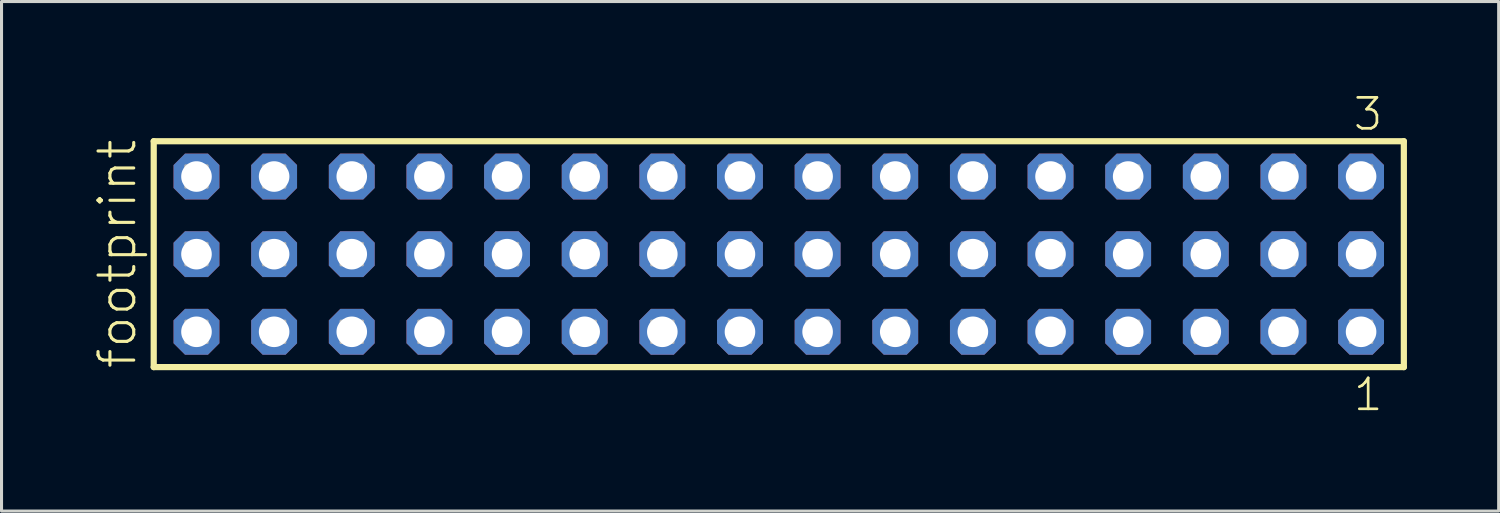
<source format=kicad_pcb>
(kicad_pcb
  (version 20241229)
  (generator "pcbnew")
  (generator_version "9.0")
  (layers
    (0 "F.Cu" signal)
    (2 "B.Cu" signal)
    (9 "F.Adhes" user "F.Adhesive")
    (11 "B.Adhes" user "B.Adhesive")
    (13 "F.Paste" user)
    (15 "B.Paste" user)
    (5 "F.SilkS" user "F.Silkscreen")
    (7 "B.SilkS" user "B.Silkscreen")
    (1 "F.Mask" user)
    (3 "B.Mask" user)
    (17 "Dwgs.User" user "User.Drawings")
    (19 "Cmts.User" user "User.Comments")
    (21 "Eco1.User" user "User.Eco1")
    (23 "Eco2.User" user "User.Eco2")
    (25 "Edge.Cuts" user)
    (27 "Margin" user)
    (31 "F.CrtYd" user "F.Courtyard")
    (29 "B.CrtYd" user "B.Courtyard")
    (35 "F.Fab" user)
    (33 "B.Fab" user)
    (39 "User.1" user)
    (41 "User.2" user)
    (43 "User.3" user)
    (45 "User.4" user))
  (footprint "footprint"
    (layer "F.Cu")
    (at 22.428 5.265)
    (property "Reference" "footprint" (at -20.955 3.81 90) (layer "F.SilkS") (effects (font (size 1.168 1.168) (thickness 0.102)) (justify left bottom)))
    (fp_line (start -20.449 -3.695) (end 20.449 -3.695) (stroke (width 0.203) (type solid)) (layer "F.SilkS"))
    (fp_line (start -20.449 3.695) (end -20.449 -3.695) (stroke (width 0.203) (type solid)) (layer "F.SilkS"))
    (fp_line (start 20.449 -3.695) (end 20.449 3.695) (stroke (width 0.203) (type solid)) (layer "F.SilkS"))
    (fp_line (start 20.449 3.695) (end -20.449 3.695) (stroke (width 0.203) (type solid)) (layer "F.SilkS"))
    (fp_poly (pts (xy -19.4 -2.19) (xy -18.7 -2.19) (xy -18.7 -2.89) (xy -19.4 -2.89)) (stroke (width 0.1) (type solid)) (fill no) (layer "F.Fab"))
    (fp_poly (pts (xy -19.4 0.35) (xy -18.7 0.35) (xy -18.7 -0.35) (xy -19.4 -0.35)) (stroke (width 0.1) (type solid)) (fill no) (layer "F.Fab"))
    (fp_poly (pts (xy -19.4 2.89) (xy -18.7 2.89) (xy -18.7 2.19) (xy -19.4 2.19)) (stroke (width 0.1) (type solid)) (fill no) (layer "F.Fab"))
    (fp_poly (pts (xy -16.86 -2.19) (xy -16.16 -2.19) (xy -16.16 -2.89) (xy -16.86 -2.89)) (stroke (width 0.1) (type solid)) (fill no) (layer "F.Fab"))
    (fp_poly (pts (xy -16.86 0.35) (xy -16.16 0.35) (xy -16.16 -0.35) (xy -16.86 -0.35)) (stroke (width 0.1) (type solid)) (fill no) (layer "F.Fab"))
    (fp_poly (pts (xy -16.86 2.89) (xy -16.16 2.89) (xy -16.16 2.19) (xy -16.86 2.19)) (stroke (width 0.1) (type solid)) (fill no) (layer "F.Fab"))
    (fp_poly (pts (xy -14.32 -2.19) (xy -13.62 -2.19) (xy -13.62 -2.89) (xy -14.32 -2.89)) (stroke (width 0.1) (type solid)) (fill no) (layer "F.Fab"))
    (fp_poly (pts (xy -14.32 0.35) (xy -13.62 0.35) (xy -13.62 -0.35) (xy -14.32 -0.35)) (stroke (width 0.1) (type solid)) (fill no) (layer "F.Fab"))
    (fp_poly (pts (xy -14.32 2.89) (xy -13.62 2.89) (xy -13.62 2.19) (xy -14.32 2.19)) (stroke (width 0.1) (type solid)) (fill no) (layer "F.Fab"))
    (fp_poly (pts (xy -11.78 -2.19) (xy -11.08 -2.19) (xy -11.08 -2.89) (xy -11.78 -2.89)) (stroke (width 0.1) (type solid)) (fill no) (layer "F.Fab"))
    (fp_poly (pts (xy -11.78 0.35) (xy -11.08 0.35) (xy -11.08 -0.35) (xy -11.78 -0.35)) (stroke (width 0.1) (type solid)) (fill no) (layer "F.Fab"))
    (fp_poly (pts (xy -11.78 2.89) (xy -11.08 2.89) (xy -11.08 2.19) (xy -11.78 2.19)) (stroke (width 0.1) (type solid)) (fill no) (layer "F.Fab"))
    (fp_poly (pts (xy -9.24 -2.19) (xy -8.54 -2.19) (xy -8.54 -2.89) (xy -9.24 -2.89)) (stroke (width 0.1) (type solid)) (fill no) (layer "F.Fab"))
    (fp_poly (pts (xy -9.24 0.35) (xy -8.54 0.35) (xy -8.54 -0.35) (xy -9.24 -0.35)) (stroke (width 0.1) (type solid)) (fill no) (layer "F.Fab"))
    (fp_poly (pts (xy -9.24 2.89) (xy -8.54 2.89) (xy -8.54 2.19) (xy -9.24 2.19)) (stroke (width 0.1) (type solid)) (fill no) (layer "F.Fab"))
    (fp_poly (pts (xy -6.7 -2.19) (xy -6 -2.19) (xy -6 -2.89) (xy -6.7 -2.89)) (stroke (width 0.1) (type solid)) (fill no) (layer "F.Fab"))
    (fp_poly (pts (xy -6.7 0.35) (xy -6 0.35) (xy -6 -0.35) (xy -6.7 -0.35)) (stroke (width 0.1) (type solid)) (fill no) (layer "F.Fab"))
    (fp_poly (pts (xy -6.7 2.89) (xy -6 2.89) (xy -6 2.19) (xy -6.7 2.19)) (stroke (width 0.1) (type solid)) (fill no) (layer "F.Fab"))
    (fp_poly (pts (xy -4.16 -2.19) (xy -3.46 -2.19) (xy -3.46 -2.89) (xy -4.16 -2.89)) (stroke (width 0.1) (type solid)) (fill no) (layer "F.Fab"))
    (fp_poly (pts (xy -4.16 0.35) (xy -3.46 0.35) (xy -3.46 -0.35) (xy -4.16 -0.35)) (stroke (width 0.1) (type solid)) (fill no) (layer "F.Fab"))
    (fp_poly (pts (xy -4.16 2.89) (xy -3.46 2.89) (xy -3.46 2.19) (xy -4.16 2.19)) (stroke (width 0.1) (type solid)) (fill no) (layer "F.Fab"))
    (fp_poly (pts (xy -1.62 -2.19) (xy -0.92 -2.19) (xy -0.92 -2.89) (xy -1.62 -2.89)) (stroke (width 0.1) (type solid)) (fill no) (layer "F.Fab"))
    (fp_poly (pts (xy -1.62 0.35) (xy -0.92 0.35) (xy -0.92 -0.35) (xy -1.62 -0.35)) (stroke (width 0.1) (type solid)) (fill no) (layer "F.Fab"))
    (fp_poly (pts (xy -1.62 2.89) (xy -0.92 2.89) (xy -0.92 2.19) (xy -1.62 2.19)) (stroke (width 0.1) (type solid)) (fill no) (layer "F.Fab"))
    (fp_poly (pts (xy 0.92 -2.19) (xy 1.62 -2.19) (xy 1.62 -2.89) (xy 0.92 -2.89)) (stroke (width 0.1) (type solid)) (fill no) (layer "F.Fab"))
    (fp_poly (pts (xy 0.92 0.35) (xy 1.62 0.35) (xy 1.62 -0.35) (xy 0.92 -0.35)) (stroke (width 0.1) (type solid)) (fill no) (layer "F.Fab"))
    (fp_poly (pts (xy 0.92 2.89) (xy 1.62 2.89) (xy 1.62 2.19) (xy 0.92 2.19)) (stroke (width 0.1) (type solid)) (fill no) (layer "F.Fab"))
    (fp_poly (pts (xy 3.46 -2.19) (xy 4.16 -2.19) (xy 4.16 -2.89) (xy 3.46 -2.89)) (stroke (width 0.1) (type solid)) (fill no) (layer "F.Fab"))
    (fp_poly (pts (xy 3.46 0.35) (xy 4.16 0.35) (xy 4.16 -0.35) (xy 3.46 -0.35)) (stroke (width 0.1) (type solid)) (fill no) (layer "F.Fab"))
    (fp_poly (pts (xy 3.46 2.89) (xy 4.16 2.89) (xy 4.16 2.19) (xy 3.46 2.19)) (stroke (width 0.1) (type solid)) (fill no) (layer "F.Fab"))
    (fp_poly (pts (xy 6 -2.19) (xy 6.7 -2.19) (xy 6.7 -2.89) (xy 6 -2.89)) (stroke (width 0.1) (type solid)) (fill no) (layer "F.Fab"))
    (fp_poly (pts (xy 6 0.35) (xy 6.7 0.35) (xy 6.7 -0.35) (xy 6 -0.35)) (stroke (width 0.1) (type solid)) (fill no) (layer "F.Fab"))
    (fp_poly (pts (xy 6 2.89) (xy 6.7 2.89) (xy 6.7 2.19) (xy 6 2.19)) (stroke (width 0.1) (type solid)) (fill no) (layer "F.Fab"))
    (fp_poly (pts (xy 8.54 -2.19) (xy 9.24 -2.19) (xy 9.24 -2.89) (xy 8.54 -2.89)) (stroke (width 0.1) (type solid)) (fill no) (layer "F.Fab"))
    (fp_poly (pts (xy 8.54 0.35) (xy 9.24 0.35) (xy 9.24 -0.35) (xy 8.54 -0.35)) (stroke (width 0.1) (type solid)) (fill no) (layer "F.Fab"))
    (fp_poly (pts (xy 8.54 2.89) (xy 9.24 2.89) (xy 9.24 2.19) (xy 8.54 2.19)) (stroke (width 0.1) (type solid)) (fill no) (layer "F.Fab"))
    (fp_poly (pts (xy 11.08 -2.19) (xy 11.78 -2.19) (xy 11.78 -2.89) (xy 11.08 -2.89)) (stroke (width 0.1) (type solid)) (fill no) (layer "F.Fab"))
    (fp_poly (pts (xy 11.08 0.35) (xy 11.78 0.35) (xy 11.78 -0.35) (xy 11.08 -0.35)) (stroke (width 0.1) (type solid)) (fill no) (layer "F.Fab"))
    (fp_poly (pts (xy 11.08 2.89) (xy 11.78 2.89) (xy 11.78 2.19) (xy 11.08 2.19)) (stroke (width 0.1) (type solid)) (fill no) (layer "F.Fab"))
    (fp_poly (pts (xy 13.62 -2.19) (xy 14.32 -2.19) (xy 14.32 -2.89) (xy 13.62 -2.89)) (stroke (width 0.1) (type solid)) (fill no) (layer "F.Fab"))
    (fp_poly (pts (xy 13.62 0.35) (xy 14.32 0.35) (xy 14.32 -0.35) (xy 13.62 -0.35)) (stroke (width 0.1) (type solid)) (fill no) (layer "F.Fab"))
    (fp_poly (pts (xy 13.62 2.89) (xy 14.32 2.89) (xy 14.32 2.19) (xy 13.62 2.19)) (stroke (width 0.1) (type solid)) (fill no) (layer "F.Fab"))
    (fp_poly (pts (xy 16.16 -2.19) (xy 16.86 -2.19) (xy 16.86 -2.89) (xy 16.16 -2.89)) (stroke (width 0.1) (type solid)) (fill no) (layer "F.Fab"))
    (fp_poly (pts (xy 16.16 0.35) (xy 16.86 0.35) (xy 16.86 -0.35) (xy 16.16 -0.35)) (stroke (width 0.1) (type solid)) (fill no) (layer "F.Fab"))
    (fp_poly (pts (xy 16.16 2.89) (xy 16.86 2.89) (xy 16.86 2.19) (xy 16.16 2.19)) (stroke (width 0.1) (type solid)) (fill no) (layer "F.Fab"))
    (fp_poly (pts (xy 18.7 -2.19) (xy 19.4 -2.19) (xy 19.4 -2.89) (xy 18.7 -2.89)) (stroke (width 0.1) (type solid)) (fill no) (layer "F.Fab"))
    (fp_poly (pts (xy 18.7 0.35) (xy 19.4 0.35) (xy 19.4 -0.35) (xy 18.7 -0.35)) (stroke (width 0.1) (type solid)) (fill no) (layer "F.Fab"))
    (fp_poly (pts (xy 18.7 2.89) (xy 19.4 2.89) (xy 19.4 2.19) (xy 18.7 2.19)) (stroke (width 0.1) (type solid)) (fill no) (layer "F.Fab"))
    (fp_text user "3" (at 18.738 -3.989 0) (layer "F.SilkS") (effects (font (size 1.012 1.012) (thickness 0.088)) (justify left bottom)))
    (fp_text user "1" (at 18.742 5.188 0) (layer "F.SilkS") (effects (font (size 1.012 1.012) (thickness 0.088)) (justify left bottom)))
    (pad "1" thru_hole roundrect (at 19.05 2.54 180) (size 1.5 1.5) (drill 1) (layers "*.Cu" "*.Mask") (roundrect_rratio 0.25) (chamfer_ratio 0.25) (chamfer top_left top_right bottom_left bottom_right))
    (pad "2" thru_hole roundrect (at 19.05 0 180) (size 1.5 1.5) (drill 1) (layers "*.Cu" "*.Mask") (roundrect_rratio 0.25) (chamfer_ratio 0.25) (chamfer top_left top_right bottom_left bottom_right))
    (pad "3" thru_hole roundrect (at 19.05 -2.54 180) (size 1.5 1.5) (drill 1) (layers "*.Cu" "*.Mask") (roundrect_rratio 0.25) (chamfer_ratio 0.25) (chamfer top_left top_right bottom_left bottom_right))
    (pad "4" thru_hole roundrect (at 16.51 2.54 180) (size 1.5 1.5) (drill 1) (layers "*.Cu" "*.Mask") (roundrect_rratio 0.25) (chamfer_ratio 0.25) (chamfer top_left top_right bottom_left bottom_right))
    (pad "5" thru_hole roundrect (at 16.51 0 180) (size 1.5 1.5) (drill 1) (layers "*.Cu" "*.Mask") (roundrect_rratio 0.25) (chamfer_ratio 0.25) (chamfer top_left top_right bottom_left bottom_right))
    (pad "6" thru_hole roundrect (at 16.51 -2.54 180) (size 1.5 1.5) (drill 1) (layers "*.Cu" "*.Mask") (roundrect_rratio 0.25) (chamfer_ratio 0.25) (chamfer top_left top_right bottom_left bottom_right))
    (pad "7" thru_hole roundrect (at 13.97 2.54 180) (size 1.5 1.5) (drill 1) (layers "*.Cu" "*.Mask") (roundrect_rratio 0.25) (chamfer_ratio 0.25) (chamfer top_left top_right bottom_left bottom_right))
    (pad "8" thru_hole roundrect (at 13.97 0 180) (size 1.5 1.5) (drill 1) (layers "*.Cu" "*.Mask") (roundrect_rratio 0.25) (chamfer_ratio 0.25) (chamfer top_left top_right bottom_left bottom_right))
    (pad "9" thru_hole roundrect (at 13.97 -2.54 180) (size 1.5 1.5) (drill 1) (layers "*.Cu" "*.Mask") (roundrect_rratio 0.25) (chamfer_ratio 0.25) (chamfer top_left top_right bottom_left bottom_right))
    (pad "10" thru_hole roundrect (at 11.43 2.54 180) (size 1.5 1.5) (drill 1) (layers "*.Cu" "*.Mask") (roundrect_rratio 0.25) (chamfer_ratio 0.25) (chamfer top_left top_right bottom_left bottom_right))
    (pad "11" thru_hole roundrect (at 11.43 0 180) (size 1.5 1.5) (drill 1) (layers "*.Cu" "*.Mask") (roundrect_rratio 0.25) (chamfer_ratio 0.25) (chamfer top_left top_right bottom_left bottom_right))
    (pad "12" thru_hole roundrect (at 11.43 -2.54 180) (size 1.5 1.5) (drill 1) (layers "*.Cu" "*.Mask") (roundrect_rratio 0.25) (chamfer_ratio 0.25) (chamfer top_left top_right bottom_left bottom_right))
    (pad "13" thru_hole roundrect (at 8.89 2.54 180) (size 1.5 1.5) (drill 1) (layers "*.Cu" "*.Mask") (roundrect_rratio 0.25) (chamfer_ratio 0.25) (chamfer top_left top_right bottom_left bottom_right))
    (pad "14" thru_hole roundrect (at 8.89 0 180) (size 1.5 1.5) (drill 1) (layers "*.Cu" "*.Mask") (roundrect_rratio 0.25) (chamfer_ratio 0.25) (chamfer top_left top_right bottom_left bottom_right))
    (pad "15" thru_hole roundrect (at 8.89 -2.54 180) (size 1.5 1.5) (drill 1) (layers "*.Cu" "*.Mask") (roundrect_rratio 0.25) (chamfer_ratio 0.25) (chamfer top_left top_right bottom_left bottom_right))
    (pad "16" thru_hole roundrect (at 6.35 2.54 180) (size 1.5 1.5) (drill 1) (layers "*.Cu" "*.Mask") (roundrect_rratio 0.25) (chamfer_ratio 0.25) (chamfer top_left top_right bottom_left bottom_right))
    (pad "17" thru_hole roundrect (at 6.35 0 180) (size 1.5 1.5) (drill 1) (layers "*.Cu" "*.Mask") (roundrect_rratio 0.25) (chamfer_ratio 0.25) (chamfer top_left top_right bottom_left bottom_right))
    (pad "18" thru_hole roundrect (at 6.35 -2.54 180) (size 1.5 1.5) (drill 1) (layers "*.Cu" "*.Mask") (roundrect_rratio 0.25) (chamfer_ratio 0.25) (chamfer top_left top_right bottom_left bottom_right))
    (pad "19" thru_hole roundrect (at 3.81 2.54 180) (size 1.5 1.5) (drill 1) (layers "*.Cu" "*.Mask") (roundrect_rratio 0.25) (chamfer_ratio 0.25) (chamfer top_left top_right bottom_left bottom_right))
    (pad "20" thru_hole roundrect (at 3.81 0 180) (size 1.5 1.5) (drill 1) (layers "*.Cu" "*.Mask") (roundrect_rratio 0.25) (chamfer_ratio 0.25) (chamfer top_left top_right bottom_left bottom_right))
    (pad "21" thru_hole roundrect (at 3.81 -2.54 180) (size 1.5 1.5) (drill 1) (layers "*.Cu" "*.Mask") (roundrect_rratio 0.25) (chamfer_ratio 0.25) (chamfer top_left top_right bottom_left bottom_right))
    (pad "22" thru_hole roundrect (at 1.27 2.54 180) (size 1.5 1.5) (drill 1) (layers "*.Cu" "*.Mask") (roundrect_rratio 0.25) (chamfer_ratio 0.25) (chamfer top_left top_right bottom_left bottom_right))
    (pad "23" thru_hole roundrect (at 1.27 0 180) (size 1.5 1.5) (drill 1) (layers "*.Cu" "*.Mask") (roundrect_rratio 0.25) (chamfer_ratio 0.25) (chamfer top_left top_right bottom_left bottom_right))
    (pad "24" thru_hole roundrect (at 1.27 -2.54 180) (size 1.5 1.5) (drill 1) (layers "*.Cu" "*.Mask") (roundrect_rratio 0.25) (chamfer_ratio 0.25) (chamfer top_left top_right bottom_left bottom_right))
    (pad "25" thru_hole roundrect (at -1.27 2.54 180) (size 1.5 1.5) (drill 1) (layers "*.Cu" "*.Mask") (roundrect_rratio 0.25) (chamfer_ratio 0.25) (chamfer top_left top_right bottom_left bottom_right))
    (pad "26" thru_hole roundrect (at -1.27 0 180) (size 1.5 1.5) (drill 1) (layers "*.Cu" "*.Mask") (roundrect_rratio 0.25) (chamfer_ratio 0.25) (chamfer top_left top_right bottom_left bottom_right))
    (pad "27" thru_hole roundrect (at -1.27 -2.54 180) (size 1.5 1.5) (drill 1) (layers "*.Cu" "*.Mask") (roundrect_rratio 0.25) (chamfer_ratio 0.25) (chamfer top_left top_right bottom_left bottom_right))
    (pad "28" thru_hole roundrect (at -3.81 2.54 180) (size 1.5 1.5) (drill 1) (layers "*.Cu" "*.Mask") (roundrect_rratio 0.25) (chamfer_ratio 0.25) (chamfer top_left top_right bottom_left bottom_right))
    (pad "29" thru_hole roundrect (at -3.81 0 180) (size 1.5 1.5) (drill 1) (layers "*.Cu" "*.Mask") (roundrect_rratio 0.25) (chamfer_ratio 0.25) (chamfer top_left top_right bottom_left bottom_right))
    (pad "30" thru_hole roundrect (at -3.81 -2.54 180) (size 1.5 1.5) (drill 1) (layers "*.Cu" "*.Mask") (roundrect_rratio 0.25) (chamfer_ratio 0.25) (chamfer top_left top_right bottom_left bottom_right))
    (pad "31" thru_hole roundrect (at -6.35 2.54 180) (size 1.5 1.5) (drill 1) (layers "*.Cu" "*.Mask") (roundrect_rratio 0.25) (chamfer_ratio 0.25) (chamfer top_left top_right bottom_left bottom_right))
    (pad "32" thru_hole roundrect (at -6.35 0 180) (size 1.5 1.5) (drill 1) (layers "*.Cu" "*.Mask") (roundrect_rratio 0.25) (chamfer_ratio 0.25) (chamfer top_left top_right bottom_left bottom_right))
    (pad "33" thru_hole roundrect (at -6.35 -2.54 180) (size 1.5 1.5) (drill 1) (layers "*.Cu" "*.Mask") (roundrect_rratio 0.25) (chamfer_ratio 0.25) (chamfer top_left top_right bottom_left bottom_right))
    (pad "34" thru_hole roundrect (at -8.89 2.54 180) (size 1.5 1.5) (drill 1) (layers "*.Cu" "*.Mask") (roundrect_rratio 0.25) (chamfer_ratio 0.25) (chamfer top_left top_right bottom_left bottom_right))
    (pad "35" thru_hole roundrect (at -8.89 0 180) (size 1.5 1.5) (drill 1) (layers "*.Cu" "*.Mask") (roundrect_rratio 0.25) (chamfer_ratio 0.25) (chamfer top_left top_right bottom_left bottom_right))
    (pad "36" thru_hole roundrect (at -8.89 -2.54 180) (size 1.5 1.5) (drill 1) (layers "*.Cu" "*.Mask") (roundrect_rratio 0.25) (chamfer_ratio 0.25) (chamfer top_left top_right bottom_left bottom_right))
    (pad "37" thru_hole roundrect (at -11.43 2.54 180) (size 1.5 1.5) (drill 1) (layers "*.Cu" "*.Mask") (roundrect_rratio 0.25) (chamfer_ratio 0.25) (chamfer top_left top_right bottom_left bottom_right))
    (pad "38" thru_hole roundrect (at -11.43 0 180) (size 1.5 1.5) (drill 1) (layers "*.Cu" "*.Mask") (roundrect_rratio 0.25) (chamfer_ratio 0.25) (chamfer top_left top_right bottom_left bottom_right))
    (pad "39" thru_hole roundrect (at -11.43 -2.54 180) (size 1.5 1.5) (drill 1) (layers "*.Cu" "*.Mask") (roundrect_rratio 0.25) (chamfer_ratio 0.25) (chamfer top_left top_right bottom_left bottom_right))
    (pad "40" thru_hole roundrect (at -13.97 2.54 180) (size 1.5 1.5) (drill 1) (layers "*.Cu" "*.Mask") (roundrect_rratio 0.25) (chamfer_ratio 0.25) (chamfer top_left top_right bottom_left bottom_right))
    (pad "41" thru_hole roundrect (at -13.97 0 180) (size 1.5 1.5) (drill 1) (layers "*.Cu" "*.Mask") (roundrect_rratio 0.25) (chamfer_ratio 0.25) (chamfer top_left top_right bottom_left bottom_right))
    (pad "42" thru_hole roundrect (at -13.97 -2.54 180) (size 1.5 1.5) (drill 1) (layers "*.Cu" "*.Mask") (roundrect_rratio 0.25) (chamfer_ratio 0.25) (chamfer top_left top_right bottom_left bottom_right))
    (pad "43" thru_hole roundrect (at -16.51 2.54 180) (size 1.5 1.5) (drill 1) (layers "*.Cu" "*.Mask") (roundrect_rratio 0.25) (chamfer_ratio 0.25) (chamfer top_left top_right bottom_left bottom_right))
    (pad "44" thru_hole roundrect (at -16.51 0 180) (size 1.5 1.5) (drill 1) (layers "*.Cu" "*.Mask") (roundrect_rratio 0.25) (chamfer_ratio 0.25) (chamfer top_left top_right bottom_left bottom_right))
    (pad "45" thru_hole roundrect (at -16.51 -2.54 180) (size 1.5 1.5) (drill 1) (layers "*.Cu" "*.Mask") (roundrect_rratio 0.25) (chamfer_ratio 0.25) (chamfer top_left top_right bottom_left bottom_right))
    (pad "46" thru_hole roundrect (at -19.05 2.54 180) (size 1.5 1.5) (drill 1) (layers "*.Cu" "*.Mask") (roundrect_rratio 0.25) (chamfer_ratio 0.25) (chamfer top_left top_right bottom_left bottom_right))
    (pad "47" thru_hole roundrect (at -19.05 0 180) (size 1.5 1.5) (drill 1) (layers "*.Cu" "*.Mask") (roundrect_rratio 0.25) (chamfer_ratio 0.25) (chamfer top_left top_right bottom_left bottom_right))
    (pad "48" thru_hole roundrect (at -19.05 -2.54 180) (size 1.5 1.5) (drill 1) (layers "*.Cu" "*.Mask") (roundrect_rratio 0.25) (chamfer_ratio 0.25) (chamfer top_left top_right bottom_left bottom_right)))
  (gr_rect
    (start -3 -3)
    (end 45.979 13.67)
    (stroke (width 0.1) (type default))
    (fill no)
    (layer "Edge.Cuts")))
</source>
